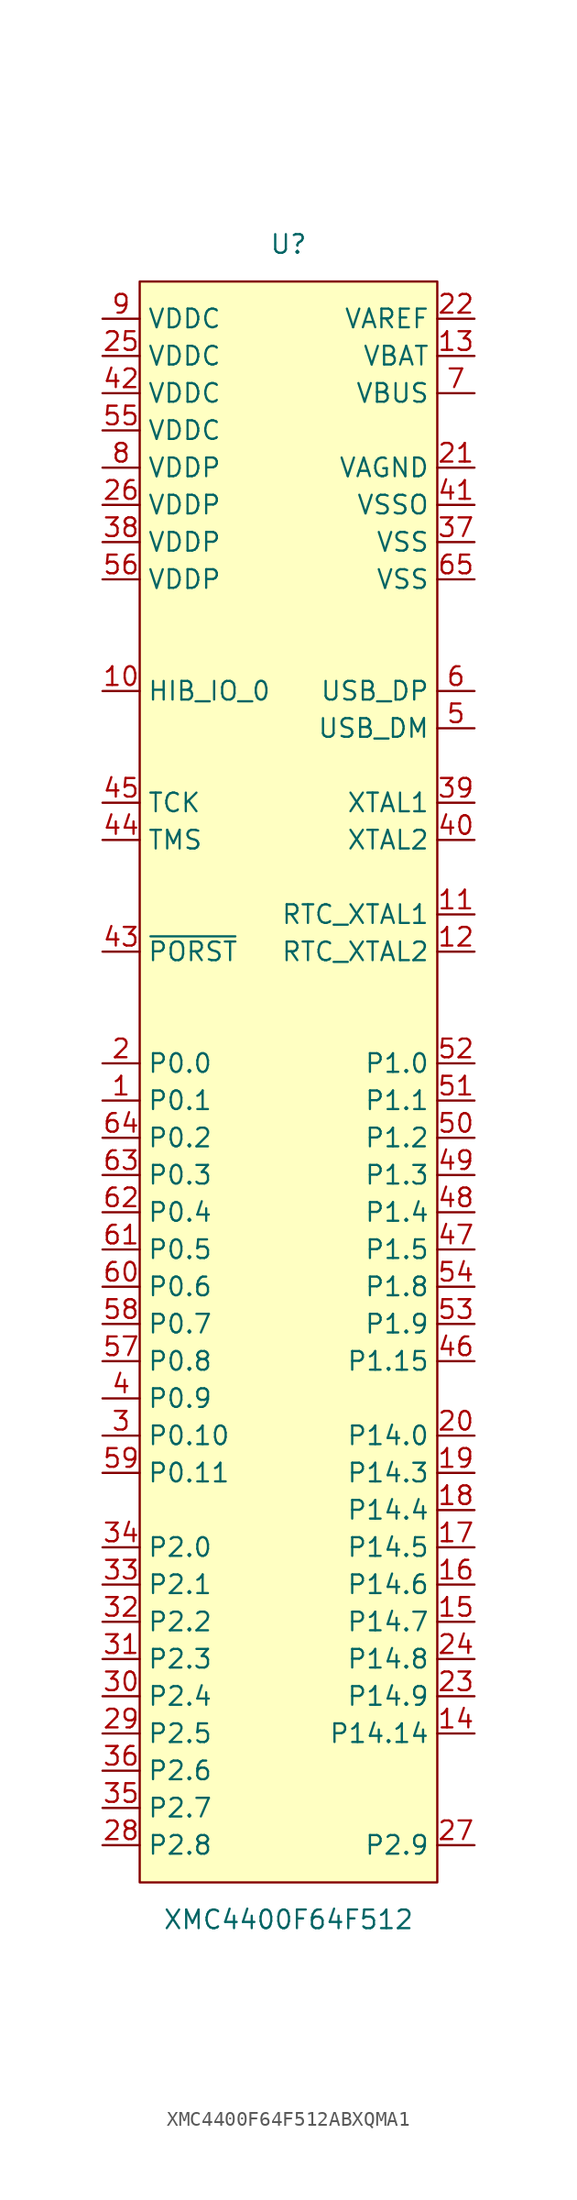
<source format=kicad_sym>
(kicad_symbol_lib
  (version 20220914)
  (generator kicad_symbol_editor)
  (symbol "XMC4400F64F512ABXQMA1"
    (property "Reference" "U"
      (at 0 57.15 0)
      (effects (font (size 1.27 1.27))))
    (property "Value" "XMC4400F64F512"
      (at 0 -57.15 0)
      (effects (font (size 1.27 1.27))))
    (symbol "XMC4400F64F512ABXQMA1_0_1"
      (rectangle (start -10.16 54.61) (end 10.16 -54.61) (stroke (width 0) (type default)) (fill (type background))))
    (symbol "XMC4400F64F512ABXQMA1_1_1"
      (pin bidirectional line (at -12.7 -1.27 0) (length 2.54) (name "P0.1" (effects (font (size 1.27 1.27)))) (number "1" (effects (font (size 1.27 1.27)))))
      (pin bidirectional line (at -12.7 26.67 0) (length 2.54) (name "HIB_IO_0" (effects (font (size 1.27 1.27)))) (number "10" (effects (font (size 1.27 1.27)))))
      (pin passive line (at 12.7 11.43 180) (length 2.54) (name "RTC_XTAL1" (effects (font (size 1.27 1.27)))) (number "11" (effects (font (size 1.27 1.27)))))
      (pin passive line (at 12.7 8.89 180) (length 2.54) (name "RTC_XTAL2" (effects (font (size 1.27 1.27)))) (number "12" (effects (font (size 1.27 1.27)))))
      (pin power_in line (at 12.7 49.53 180) (length 2.54) (name "VBAT" (effects (font (size 1.27 1.27)))) (number "13" (effects (font (size 1.27 1.27)))))
      (pin bidirectional line (at 12.7 -44.45 180) (length 2.54) (name "P14.14" (effects (font (size 1.27 1.27)))) (number "14" (effects (font (size 1.27 1.27)))))
      (pin bidirectional line (at 12.7 -36.83 180) (length 2.54) (name "P14.7" (effects (font (size 1.27 1.27)))) (number "15" (effects (font (size 1.27 1.27)))))
      (pin bidirectional line (at 12.7 -34.29 180) (length 2.54) (name "P14.6" (effects (font (size 1.27 1.27)))) (number "16" (effects (font (size 1.27 1.27)))))
      (pin bidirectional line (at 12.7 -31.75 180) (length 2.54) (name "P14.5" (effects (font (size 1.27 1.27)))) (number "17" (effects (font (size 1.27 1.27)))))
      (pin bidirectional line (at 12.7 -29.21 180) (length 2.54) (name "P14.4" (effects (font (size 1.27 1.27)))) (number "18" (effects (font (size 1.27 1.27)))))
      (pin bidirectional line (at 12.7 -26.67 180) (length 2.54) (name "P14.3" (effects (font (size 1.27 1.27)))) (number "19" (effects (font (size 1.27 1.27)))))
      (pin bidirectional line (at -12.7 1.27 0) (length 2.54) (name "P0.0" (effects (font (size 1.27 1.27)))) (number "2" (effects (font (size 1.27 1.27)))))
      (pin bidirectional line (at 12.7 -24.13 180) (length 2.54) (name "P14.0" (effects (font (size 1.27 1.27)))) (number "20" (effects (font (size 1.27 1.27)))))
      (pin power_in line (at 12.7 41.91 180) (length 2.54) (name "VAGND" (effects (font (size 1.27 1.27)))) (number "21" (effects (font (size 1.27 1.27)))))
      (pin power_in line (at 12.7 52.07 180) (length 2.54) (name "VAREF" (effects (font (size 1.27 1.27)))) (number "22" (effects (font (size 1.27 1.27)))))
      (pin bidirectional line (at 12.7 -41.91 180) (length 2.54) (name "P14.9" (effects (font (size 1.27 1.27)))) (number "23" (effects (font (size 1.27 1.27)))))
      (pin bidirectional line (at 12.7 -39.37 180) (length 2.54) (name "P14.8" (effects (font (size 1.27 1.27)))) (number "24" (effects (font (size 1.27 1.27)))))
      (pin power_in line (at -12.7 49.53 0) (length 2.54) (name "VDDC" (effects (font (size 1.27 1.27)))) (number "25" (effects (font (size 1.27 1.27)))))
      (pin power_in line (at -12.7 39.37 0) (length 2.54) (name "VDDP" (effects (font (size 1.27 1.27)))) (number "26" (effects (font (size 1.27 1.27)))))
      (pin bidirectional line (at 12.7 -52.07 180) (length 2.54) (name "P2.9" (effects (font (size 1.27 1.27)))) (number "27" (effects (font (size 1.27 1.27)))))
      (pin bidirectional line (at -12.7 -52.07 0) (length 2.54) (name "P2.8" (effects (font (size 1.27 1.27)))) (number "28" (effects (font (size 1.27 1.27)))))
      (pin bidirectional line (at -12.7 -44.45 0) (length 2.54) (name "P2.5" (effects (font (size 1.27 1.27)))) (number "29" (effects (font (size 1.27 1.27)))))
      (pin bidirectional line (at -12.7 -24.13 0) (length 2.54) (name "P0.10" (effects (font (size 1.27 1.27)))) (number "3" (effects (font (size 1.27 1.27)))))
      (pin bidirectional line (at -12.7 -41.91 0) (length 2.54) (name "P2.4" (effects (font (size 1.27 1.27)))) (number "30" (effects (font (size 1.27 1.27)))))
      (pin bidirectional line (at -12.7 -39.37 0) (length 2.54) (name "P2.3" (effects (font (size 1.27 1.27)))) (number "31" (effects (font (size 1.27 1.27)))))
      (pin bidirectional line (at -12.7 -36.83 0) (length 2.54) (name "P2.2" (effects (font (size 1.27 1.27)))) (number "32" (effects (font (size 1.27 1.27)))))
      (pin bidirectional line (at -12.7 -34.29 0) (length 2.54) (name "P2.1" (effects (font (size 1.27 1.27)))) (number "33" (effects (font (size 1.27 1.27)))))
      (pin bidirectional line (at -12.7 -31.75 0) (length 2.54) (name "P2.0" (effects (font (size 1.27 1.27)))) (number "34" (effects (font (size 1.27 1.27)))))
      (pin bidirectional line (at -12.7 -49.53 0) (length 2.54) (name "P2.7" (effects (font (size 1.27 1.27)))) (number "35" (effects (font (size 1.27 1.27)))))
      (pin bidirectional line (at -12.7 -46.99 0) (length 2.54) (name "P2.6" (effects (font (size 1.27 1.27)))) (number "36" (effects (font (size 1.27 1.27)))))
      (pin power_in line (at 12.7 36.83 180) (length 2.54) (name "VSS" (effects (font (size 1.27 1.27)))) (number "37" (effects (font (size 1.27 1.27)))))
      (pin power_in line (at -12.7 36.83 0) (length 2.54) (name "VDDP" (effects (font (size 1.27 1.27)))) (number "38" (effects (font (size 1.27 1.27)))))
      (pin passive line (at 12.7 19.05 180) (length 2.54) (name "XTAL1" (effects (font (size 1.27 1.27)))) (number "39" (effects (font (size 1.27 1.27)))))
      (pin bidirectional line (at -12.7 -21.59 0) (length 2.54) (name "P0.9" (effects (font (size 1.27 1.27)))) (number "4" (effects (font (size 1.27 1.27)))))
      (pin passive line (at 12.7 16.51 180) (length 2.54) (name "XTAL2" (effects (font (size 1.27 1.27)))) (number "40" (effects (font (size 1.27 1.27)))))
      (pin power_in line (at 12.7 39.37 180) (length 2.54) (name "VSSO" (effects (font (size 1.27 1.27)))) (number "41" (effects (font (size 1.27 1.27)))))
      (pin power_in line (at -12.7 46.99 0) (length 2.54) (name "VDDC" (effects (font (size 1.27 1.27)))) (number "42" (effects (font (size 1.27 1.27)))))
      (pin bidirectional line (at -12.7 8.89 0) (length 2.54) (name "~{PORST}" (effects (font (size 1.27 1.27)))) (number "43" (effects (font (size 1.27 1.27)))))
      (pin bidirectional line (at -12.7 16.51 0) (length 2.54) (name "TMS" (effects (font (size 1.27 1.27)))) (number "44" (effects (font (size 1.27 1.27)))))
      (pin input line (at -12.7 19.05 0) (length 2.54) (name "TCK" (effects (font (size 1.27 1.27)))) (number "45" (effects (font (size 1.27 1.27)))))
      (pin bidirectional line (at 12.7 -19.05 180) (length 2.54) (name "P1.15" (effects (font (size 1.27 1.27)))) (number "46" (effects (font (size 1.27 1.27)))))
      (pin bidirectional line (at 12.7 -11.43 180) (length 2.54) (name "P1.5" (effects (font (size 1.27 1.27)))) (number "47" (effects (font (size 1.27 1.27)))))
      (pin bidirectional line (at 12.7 -8.89 180) (length 2.54) (name "P1.4" (effects (font (size 1.27 1.27)))) (number "48" (effects (font (size 1.27 1.27)))))
      (pin bidirectional line (at 12.7 -6.35 180) (length 2.54) (name "P1.3" (effects (font (size 1.27 1.27)))) (number "49" (effects (font (size 1.27 1.27)))))
      (pin bidirectional line (at 12.7 24.13 180) (length 2.54) (name "USB_DM" (effects (font (size 1.27 1.27)))) (number "5" (effects (font (size 1.27 1.27)))))
      (pin bidirectional line (at 12.7 -3.81 180) (length 2.54) (name "P1.2" (effects (font (size 1.27 1.27)))) (number "50" (effects (font (size 1.27 1.27)))))
      (pin bidirectional line (at 12.7 -1.27 180) (length 2.54) (name "P1.1" (effects (font (size 1.27 1.27)))) (number "51" (effects (font (size 1.27 1.27)))))
      (pin bidirectional line (at 12.7 1.27 180) (length 2.54) (name "P1.0" (effects (font (size 1.27 1.27)))) (number "52" (effects (font (size 1.27 1.27)))))
      (pin bidirectional line (at 12.7 -16.51 180) (length 2.54) (name "P1.9" (effects (font (size 1.27 1.27)))) (number "53" (effects (font (size 1.27 1.27)))))
      (pin bidirectional line (at 12.7 -13.97 180) (length 2.54) (name "P1.8" (effects (font (size 1.27 1.27)))) (number "54" (effects (font (size 1.27 1.27)))))
      (pin power_in line (at -12.7 44.45 0) (length 2.54) (name "VDDC" (effects (font (size 1.27 1.27)))) (number "55" (effects (font (size 1.27 1.27)))))
      (pin power_in line (at -12.7 34.29 0) (length 2.54) (name "VDDP" (effects (font (size 1.27 1.27)))) (number "56" (effects (font (size 1.27 1.27)))))
      (pin bidirectional line (at -12.7 -19.05 0) (length 2.54) (name "P0.8" (effects (font (size 1.27 1.27)))) (number "57" (effects (font (size 1.27 1.27)))))
      (pin bidirectional line (at -12.7 -16.51 0) (length 2.54) (name "P0.7" (effects (font (size 1.27 1.27)))) (number "58" (effects (font (size 1.27 1.27)))))
      (pin bidirectional line (at -12.7 -26.67 0) (length 2.54) (name "P0.11" (effects (font (size 1.27 1.27)))) (number "59" (effects (font (size 1.27 1.27)))))
      (pin bidirectional line (at 12.7 26.67 180) (length 2.54) (name "USB_DP" (effects (font (size 1.27 1.27)))) (number "6" (effects (font (size 1.27 1.27)))))
      (pin bidirectional line (at -12.7 -13.97 0) (length 2.54) (name "P0.6" (effects (font (size 1.27 1.27)))) (number "60" (effects (font (size 1.27 1.27)))))
      (pin bidirectional line (at -12.7 -11.43 0) (length 2.54) (name "P0.5" (effects (font (size 1.27 1.27)))) (number "61" (effects (font (size 1.27 1.27)))))
      (pin bidirectional line (at -12.7 -8.89 0) (length 2.54) (name "P0.4" (effects (font (size 1.27 1.27)))) (number "62" (effects (font (size 1.27 1.27)))))
      (pin bidirectional line (at -12.7 -6.35 0) (length 2.54) (name "P0.3" (effects (font (size 1.27 1.27)))) (number "63" (effects (font (size 1.27 1.27)))))
      (pin bidirectional line (at -12.7 -3.81 0) (length 2.54) (name "P0.2" (effects (font (size 1.27 1.27)))) (number "64" (effects (font (size 1.27 1.27)))))
      (pin power_in line (at 12.7 34.29 180) (length 2.54) (name "VSS" (effects (font (size 1.27 1.27)))) (number "65" (effects (font (size 1.27 1.27)))))
      (pin power_in line (at 12.7 46.99 180) (length 2.54) (name "VBUS" (effects (font (size 1.27 1.27)))) (number "7" (effects (font (size 1.27 1.27)))))
      (pin power_in line (at -12.7 41.91 0) (length 2.54) (name "VDDP" (effects (font (size 1.27 1.27)))) (number "8" (effects (font (size 1.27 1.27)))))
      (pin power_in line (at -12.7 52.07 0) (length 2.54) (name "VDDC" (effects (font (size 1.27 1.27)))) (number "9" (effects (font (size 1.27 1.27))))))))
</source>
